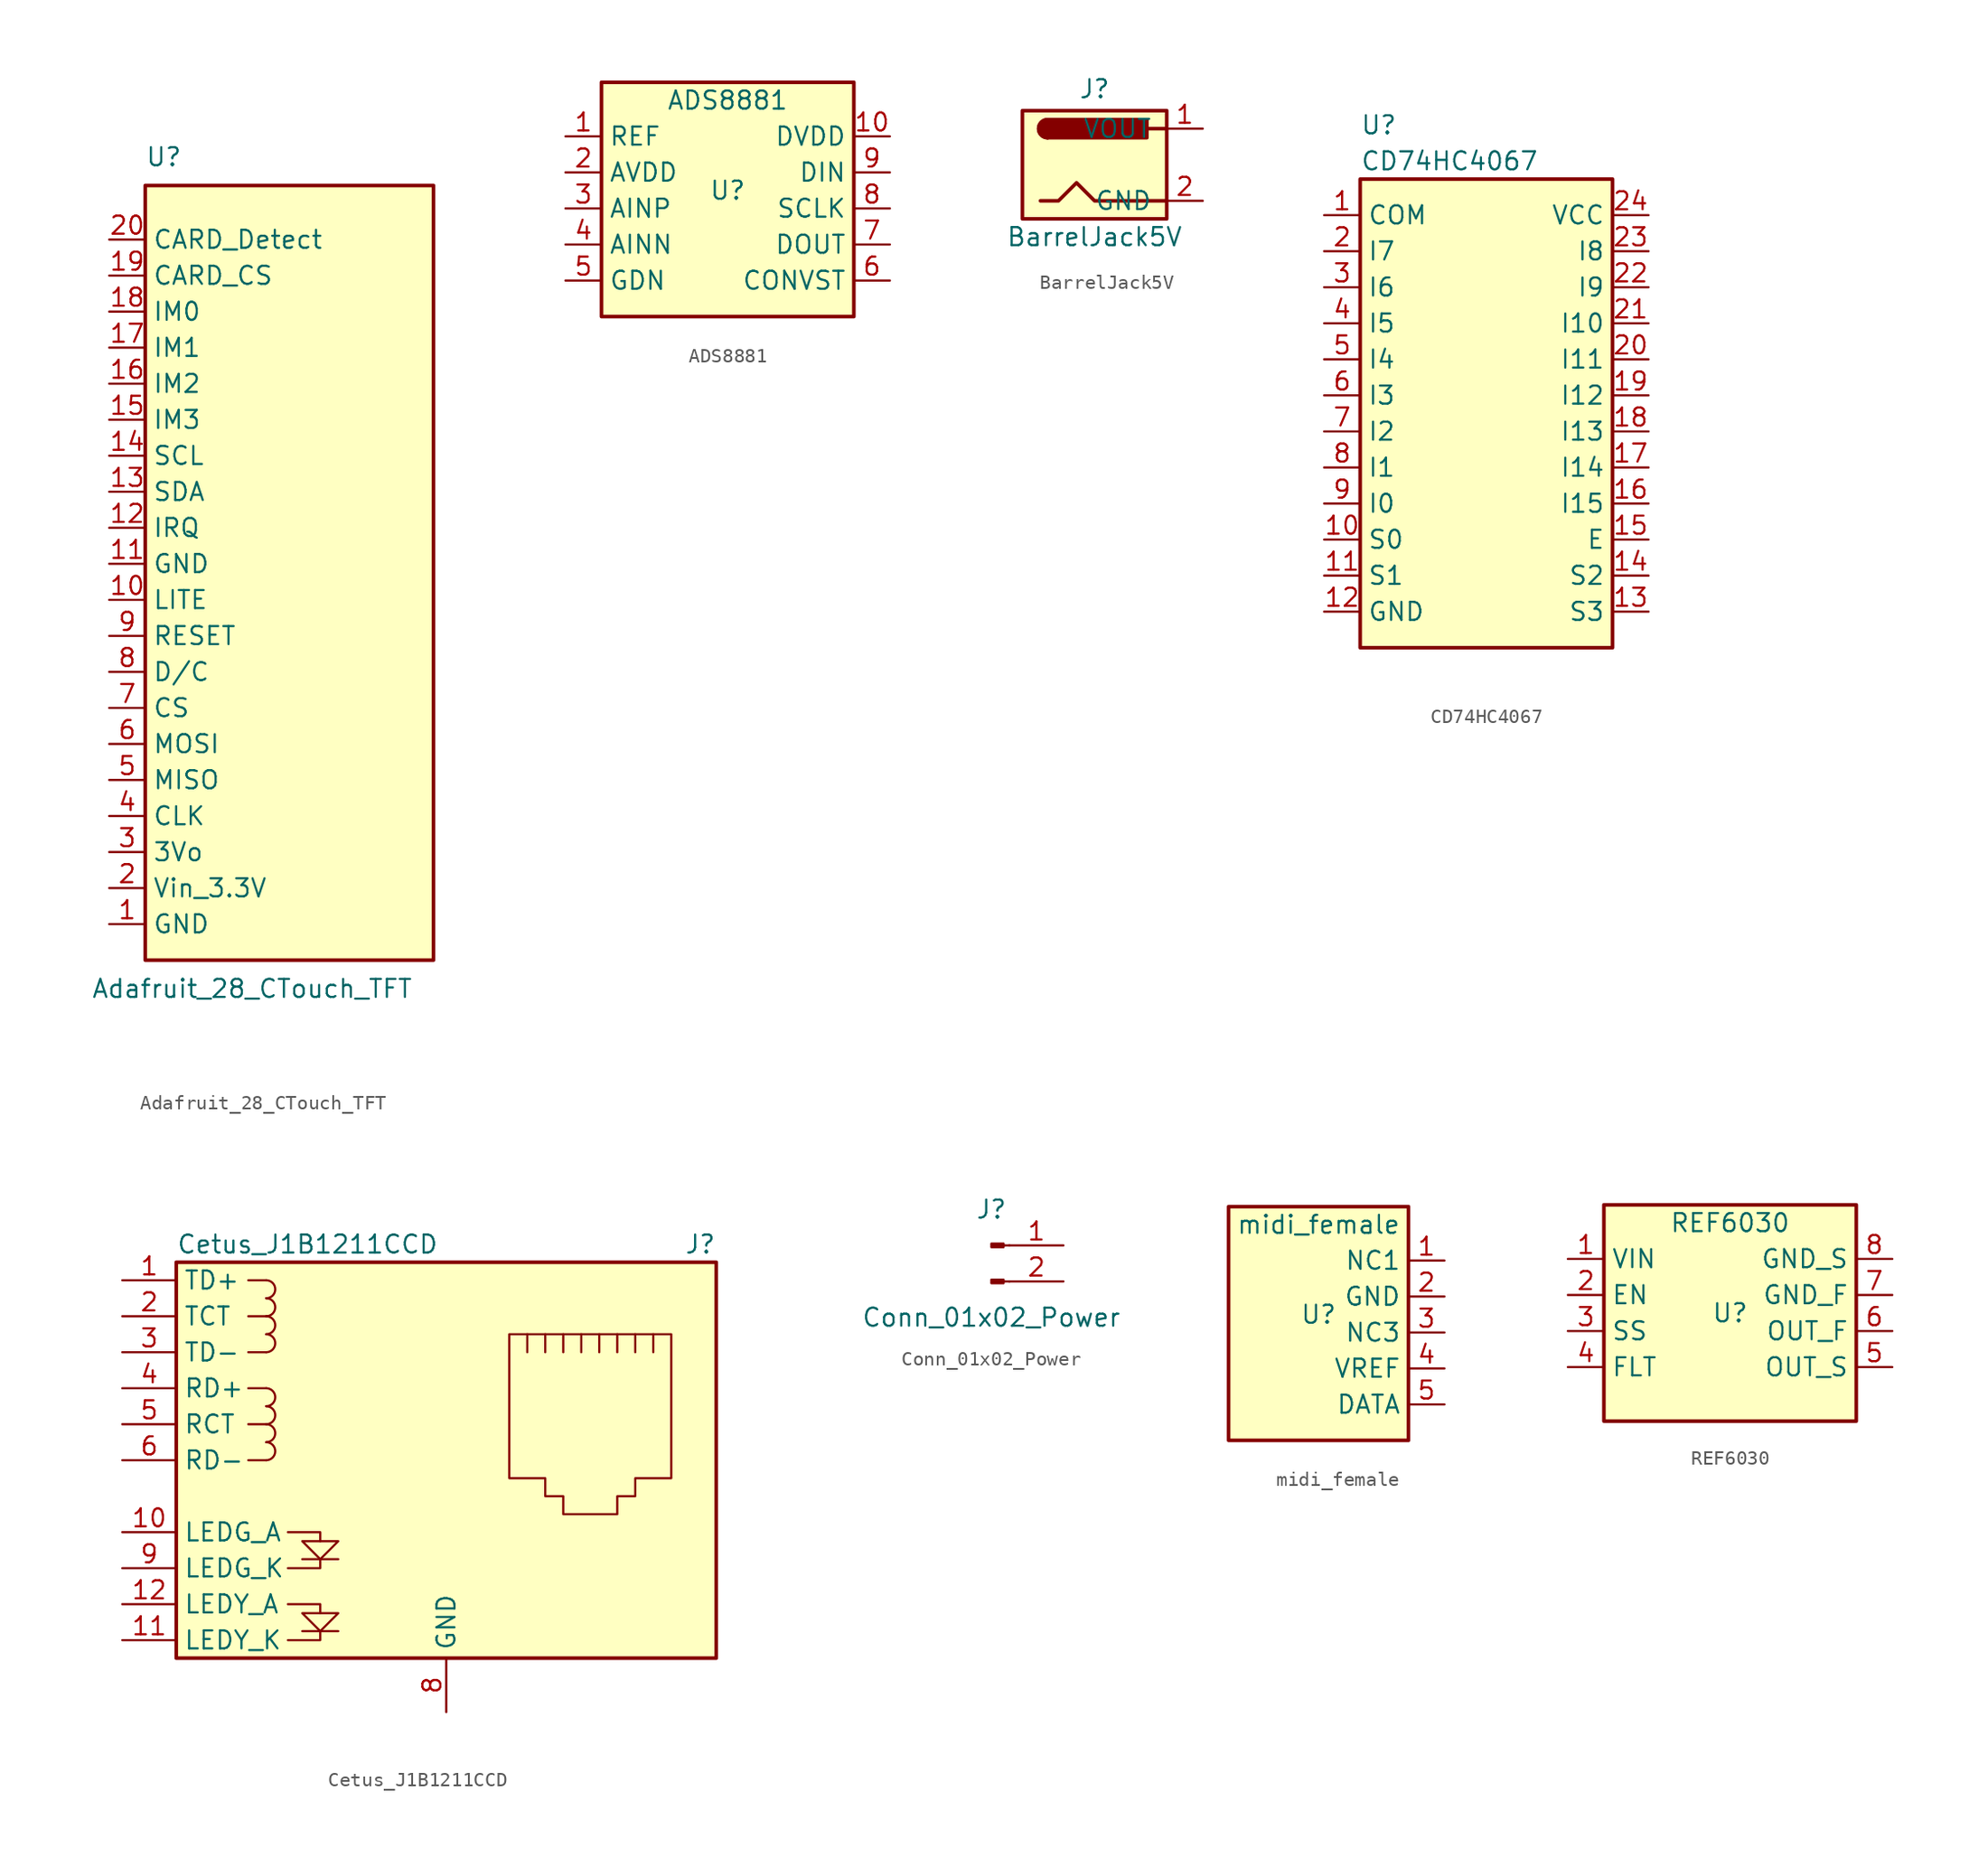
<source format=kicad_sym>
(kicad_symbol_lib
  (version 20220914)
  (generator kicad_symbol_editor)
  (symbol "Adafruit_28_CTouch_TFT"
    (property "Reference" "U"
      (at -10.16 29.21 0)
      (effects (font (size 1.27 1.27)) (justify left bottom)))
    (property "Value" "Adafruit_28_CTouch_TFT"
      (at -13.97 -27.94 0)
      (effects (font (size 1.27 1.27)) (justify left top)))
    (symbol "Adafruit_28_CTouch_TFT_0_1"
      (rectangle (start -10.16 27.94) (end 10.16 -26.67) (stroke (width 0.254) (type default)) (fill (type background))))
    (symbol "Adafruit_28_CTouch_TFT_1_1"
      (pin power_in line (at -12.7 -24.13 0) (length 2.54) (name "GND" (effects (font (size 1.27 1.27)))) (number "1" (effects (font (size 1.27 1.27)))))
      (pin input line (at -12.7 -1.27 0) (length 2.54) (name "LITE" (effects (font (size 1.27 1.27)))) (number "10" (effects (font (size 1.27 1.27)))))
      (pin power_in line (at -12.7 1.27 0) (length 2.54) (name "GND" (effects (font (size 1.27 1.27)))) (number "11" (effects (font (size 1.27 1.27)))))
      (pin output line (at -12.7 3.81 0) (length 2.54) (name "IRQ" (effects (font (size 1.27 1.27)))) (number "12" (effects (font (size 1.27 1.27)))))
      (pin input line (at -12.7 6.35 0) (length 2.54) (name "SDA" (effects (font (size 1.27 1.27)))) (number "13" (effects (font (size 1.27 1.27)))))
      (pin input line (at -12.7 8.89 0) (length 2.54) (name "SCL" (effects (font (size 1.27 1.27)))) (number "14" (effects (font (size 1.27 1.27)))))
      (pin input line (at -12.7 11.43 0) (length 2.54) (name "IM3" (effects (font (size 1.27 1.27)))) (number "15" (effects (font (size 1.27 1.27)))))
      (pin input line (at -12.7 13.97 0) (length 2.54) (name "IM2" (effects (font (size 1.27 1.27)))) (number "16" (effects (font (size 1.27 1.27)))))
      (pin input line (at -12.7 16.51 0) (length 2.54) (name "IM1" (effects (font (size 1.27 1.27)))) (number "17" (effects (font (size 1.27 1.27)))))
      (pin input line (at -12.7 19.05 0) (length 2.54) (name "IM0" (effects (font (size 1.27 1.27)))) (number "18" (effects (font (size 1.27 1.27)))))
      (pin input line (at -12.7 21.59 0) (length 2.54) (name "CARD_CS" (effects (font (size 1.27 1.27)))) (number "19" (effects (font (size 1.27 1.27)))))
      (pin power_in line (at -12.7 -21.59 0) (length 2.54) (name "Vin_3.3V" (effects (font (size 1.27 1.27)))) (number "2" (effects (font (size 1.27 1.27)))))
      (pin input line (at -12.7 24.13 0) (length 2.54) (name "CARD_Detect" (effects (font (size 1.27 1.27)))) (number "20" (effects (font (size 1.27 1.27)))))
      (pin power_out line (at -12.7 -19.05 0) (length 2.54) (name "3Vo" (effects (font (size 1.27 1.27)))) (number "3" (effects (font (size 1.27 1.27)))))
      (pin input line (at -12.7 -16.51 0) (length 2.54) (name "CLK" (effects (font (size 1.27 1.27)))) (number "4" (effects (font (size 1.27 1.27)))))
      (pin output line (at -12.7 -13.97 0) (length 2.54) (name "MISO" (effects (font (size 1.27 1.27)))) (number "5" (effects (font (size 1.27 1.27)))))
      (pin input line (at -12.7 -11.43 0) (length 2.54) (name "MOSI" (effects (font (size 1.27 1.27)))) (number "6" (effects (font (size 1.27 1.27)))))
      (pin input line (at -12.7 -8.89 0) (length 2.54) (name "CS" (effects (font (size 1.27 1.27)))) (number "7" (effects (font (size 1.27 1.27)))))
      (pin input line (at -12.7 -6.35 0) (length 2.54) (name "D/C" (effects (font (size 1.27 1.27)))) (number "8" (effects (font (size 1.27 1.27)))))
      (pin input line (at -12.7 -3.81 0) (length 2.54) (name "RESET" (effects (font (size 1.27 1.27)))) (number "9" (effects (font (size 1.27 1.27)))))))
  (symbol "ADS8881"
    (property "Reference" "U"
      (at 0 1.27 0)
      (effects (font (size 1.27 1.27))))
    (property "Value" "ADS8881"
      (at 0 7.62 0)
      (effects (font (size 1.27 1.27))))
    (symbol "ADS8881_0_1"
      (rectangle (start -8.89 8.89) (end 8.89 -7.62) (stroke (width 0.254) (type default)) (fill (type background))))
    (symbol "ADS8881_1_1"
      (pin input line (at -11.43 5.08 0) (length 2.54) (name "REF" (effects (font (size 1.27 1.27)))) (number "1" (effects (font (size 1.27 1.27)))))
      (pin power_in line (at 11.43 5.08 180) (length 2.54) (name "DVDD" (effects (font (size 1.27 1.27)))) (number "10" (effects (font (size 1.27 1.27)))))
      (pin power_in line (at -11.43 2.54 0) (length 2.54) (name "AVDD" (effects (font (size 1.27 1.27)))) (number "2" (effects (font (size 1.27 1.27)))))
      (pin input line (at -11.43 0 0) (length 2.54) (name "AINP" (effects (font (size 1.27 1.27)))) (number "3" (effects (font (size 1.27 1.27)))))
      (pin input line (at -11.43 -2.54 0) (length 2.54) (name "AINN" (effects (font (size 1.27 1.27)))) (number "4" (effects (font (size 1.27 1.27)))))
      (pin power_in line (at -11.43 -5.08 0) (length 2.54) (name "GDN" (effects (font (size 1.27 1.27)))) (number "5" (effects (font (size 1.27 1.27)))))
      (pin input line (at 11.43 -5.08 180) (length 2.54) (name "CONVST" (effects (font (size 1.27 1.27)))) (number "6" (effects (font (size 1.27 1.27)))))
      (pin output line (at 11.43 -2.54 180) (length 2.54) (name "DOUT" (effects (font (size 1.27 1.27)))) (number "7" (effects (font (size 1.27 1.27)))))
      (pin input line (at 11.43 0 180) (length 2.54) (name "SCLK" (effects (font (size 1.27 1.27)))) (number "8" (effects (font (size 1.27 1.27)))))
      (pin input line (at 11.43 2.54 180) (length 2.54) (name "DIN" (effects (font (size 1.27 1.27)))) (number "9" (effects (font (size 1.27 1.27)))))))
  (symbol "BarrelJack5V"
    (pin_names
      (offset 1.016))
    (property "Reference" "J"
      (at 0 5.334 0)
      (effects (font (size 1.27 1.27))))
    (property "Value" "BarrelJack5V"
      (at 0 -5.08 0)
      (effects (font (size 1.27 1.27))))
    (symbol "BarrelJack5V_0_1"
      (rectangle (start -5.08 3.81) (end 5.08 -3.81) (stroke (width 0.254) (type default)) (fill (type background)))
      (arc (start -3.302 3.175) (mid -3.9343 2.54) (end -3.302 1.905) (stroke (width 0.254) (type default)) (fill (type none)))
      (arc (start -3.302 3.175) (mid -3.9343 2.54) (end -3.302 1.905) (stroke (width 0.254) (type default)) (fill (type outline)))
      (polyline (pts (xy 5.08 2.54) (xy 3.81 2.54)) (stroke (width 0.254) (type default)) (fill (type none)))
      (polyline (pts (xy -3.81 -2.54) (xy -2.54 -2.54) (xy -1.27 -1.27) (xy 0 -2.54) (xy 2.54 -2.54) (xy 5.08 -2.54)) (stroke (width 0.254) (type default)) (fill (type none)))
      (rectangle (start 3.683 3.175) (end -3.302 1.905) (stroke (width 0.254) (type default)) (fill (type outline))))
    (symbol "BarrelJack5V_1_1"
      (pin output line (at 7.62 2.54 180) (length 2.54) (name "VOUT" (effects (font (size 1.27 1.27)))) (number "1" (effects (font (size 1.27 1.27)))))
      (pin passive line (at 7.62 -2.54 180) (length 2.54) (name "GND" (effects (font (size 1.27 1.27)))) (number "2" (effects (font (size 1.27 1.27)))))))
  (symbol "CD74HC4067"
    (property "Reference" "U"
      (at -8.89 20.32 0)
      (effects (font (size 1.27 1.27)) (justify left)))
    (property "Value" "CD74HC4067"
      (at -8.89 17.78 0)
      (effects (font (size 1.27 1.27)) (justify left)))
    (symbol "CD74HC4067_0_1"
      (rectangle (start -8.89 16.51) (end 8.89 -16.51) (stroke (width 0.254) (type default)) (fill (type background))))
    (symbol "CD74HC4067_1_1"
      (pin output line (at -11.43 13.97 0) (length 2.54) (name "COM" (effects (font (size 1.27 1.27)))) (number "1" (effects (font (size 1.27 1.27)))))
      (pin input line (at -11.43 -8.89 0) (length 2.54) (name "S0" (effects (font (size 1.27 1.27)))) (number "10" (effects (font (size 1.27 1.27)))))
      (pin input line (at -11.43 -11.43 0) (length 2.54) (name "S1" (effects (font (size 1.27 1.27)))) (number "11" (effects (font (size 1.27 1.27)))))
      (pin power_in line (at -11.43 -13.97 0) (length 2.54) (name "GND" (effects (font (size 1.27 1.27)))) (number "12" (effects (font (size 1.27 1.27)))))
      (pin input line (at 11.43 -13.97 180) (length 2.54) (name "S3" (effects (font (size 1.27 1.27)))) (number "13" (effects (font (size 1.27 1.27)))))
      (pin input line (at 11.43 -11.43 180) (length 2.54) (name "S2" (effects (font (size 1.27 1.27)))) (number "14" (effects (font (size 1.27 1.27)))))
      (pin input line (at 11.43 -8.89 180) (length 2.54) (name "E" (effects (font (size 1.27 1.27)))) (number "15" (effects (font (size 1.27 1.27)))))
      (pin input line (at 11.43 -6.35 180) (length 2.54) (name "I15" (effects (font (size 1.27 1.27)))) (number "16" (effects (font (size 1.27 1.27)))))
      (pin input line (at 11.43 -3.81 180) (length 2.54) (name "I14" (effects (font (size 1.27 1.27)))) (number "17" (effects (font (size 1.27 1.27)))))
      (pin input line (at 11.43 -1.27 180) (length 2.54) (name "I13" (effects (font (size 1.27 1.27)))) (number "18" (effects (font (size 1.27 1.27)))))
      (pin input line (at 11.43 1.27 180) (length 2.54) (name "I12" (effects (font (size 1.27 1.27)))) (number "19" (effects (font (size 1.27 1.27)))))
      (pin input line (at -11.43 11.43 0) (length 2.54) (name "I7" (effects (font (size 1.27 1.27)))) (number "2" (effects (font (size 1.27 1.27)))))
      (pin input line (at 11.43 3.81 180) (length 2.54) (name "I11" (effects (font (size 1.27 1.27)))) (number "20" (effects (font (size 1.27 1.27)))))
      (pin input line (at 11.43 6.35 180) (length 2.54) (name "I10" (effects (font (size 1.27 1.27)))) (number "21" (effects (font (size 1.27 1.27)))))
      (pin input line (at 11.43 8.89 180) (length 2.54) (name "I9" (effects (font (size 1.27 1.27)))) (number "22" (effects (font (size 1.27 1.27)))))
      (pin input line (at 11.43 11.43 180) (length 2.54) (name "I8" (effects (font (size 1.27 1.27)))) (number "23" (effects (font (size 1.27 1.27)))))
      (pin power_in line (at 11.43 13.97 180) (length 2.54) (name "VCC" (effects (font (size 1.27 1.27)))) (number "24" (effects (font (size 1.27 1.27)))))
      (pin input line (at -11.43 8.89 0) (length 2.54) (name "I6" (effects (font (size 1.27 1.27)))) (number "3" (effects (font (size 1.27 1.27)))))
      (pin input line (at -11.43 6.35 0) (length 2.54) (name "I5" (effects (font (size 1.27 1.27)))) (number "4" (effects (font (size 1.27 1.27)))))
      (pin input line (at -11.43 3.81 0) (length 2.54) (name "I4" (effects (font (size 1.27 1.27)))) (number "5" (effects (font (size 1.27 1.27)))))
      (pin input line (at -11.43 1.27 0) (length 2.54) (name "I3" (effects (font (size 1.27 1.27)))) (number "6" (effects (font (size 1.27 1.27)))))
      (pin input line (at -11.43 -1.27 0) (length 2.54) (name "I2" (effects (font (size 1.27 1.27)))) (number "7" (effects (font (size 1.27 1.27)))))
      (pin input line (at -11.43 -3.81 0) (length 2.54) (name "I1" (effects (font (size 1.27 1.27)))) (number "8" (effects (font (size 1.27 1.27)))))
      (pin input line (at -11.43 -6.35 0) (length 2.54) (name "I0" (effects (font (size 1.27 1.27)))) (number "9" (effects (font (size 1.27 1.27)))))))
  (symbol "Cetus_J1B1211CCD"
    (property "Reference" "J"
      (at 19.05 15.24 0)
      (effects (font (size 1.27 1.27)) (justify right)))
    (property "Value" "Cetus_J1B1211CCD"
      (at -19.05 15.24 0)
      (effects (font (size 1.27 1.27)) (justify left)))
    (symbol "Cetus_J1B1211CCD_0_0"
      (polyline (pts (xy -7.62 -12.065) (xy -10.16 -12.065)) (stroke (width 0) (type default)) (fill (type none)))
      (polyline (pts (xy -7.62 -6.985) (xy -10.16 -6.985)) (stroke (width 0) (type default)) (fill (type none)))
      (polyline (pts (xy -11.176 -12.7) (xy -8.89 -12.7) (xy -8.89 -12.065)) (stroke (width 0) (type default)) (fill (type none)))
      (polyline (pts (xy -11.176 -10.16) (xy -8.89 -10.16) (xy -8.89 -10.795)) (stroke (width 0) (type default)) (fill (type none)))
      (polyline (pts (xy -11.176 -5.08) (xy -8.89 -5.08) (xy -8.89 -5.715)) (stroke (width 0) (type default)) (fill (type none)))
      (polyline (pts (xy -8.89 -6.985) (xy -8.89 -7.62) (xy -11.176 -7.62)) (stroke (width 0) (type default)) (fill (type none)))
      (polyline (pts (xy -10.16 -5.715) (xy -7.62 -5.715) (xy -8.89 -6.985) (xy -10.16 -5.715)) (stroke (width 0) (type default)) (fill (type none)))
      (polyline (pts (xy -7.62 -10.795) (xy -10.16 -10.795) (xy -8.89 -12.065) (xy -7.62 -10.795)) (stroke (width 0) (type default)) (fill (type none))))
    (symbol "Cetus_J1B1211CCD_0_1"
      (rectangle (start -19.05 -13.97) (end 19.05 13.97) (stroke (width 0.254) (type default)) (fill (type background)))
      (arc (start -12.7 0) (mid -12.0677 0.635) (end -12.7 1.27) (stroke (width 0) (type default)) (fill (type none)))
      (arc (start -12.7 1.27) (mid -12.0677 1.905) (end -12.7 2.54) (stroke (width 0) (type default)) (fill (type none)))
      (arc (start -12.7 2.54) (mid -12.0677 3.175) (end -12.7 3.81) (stroke (width 0) (type default)) (fill (type none)))
      (arc (start -12.7 3.81) (mid -12.0677 4.445) (end -12.7 5.08) (stroke (width 0) (type default)) (fill (type none)))
      (arc (start -12.7 7.62) (mid -12.0677 8.255) (end -12.7 8.89) (stroke (width 0) (type default)) (fill (type none)))
      (arc (start -12.7 8.89) (mid -12.0677 9.525) (end -12.7 10.16) (stroke (width 0) (type default)) (fill (type none)))
      (arc (start -12.7 10.16) (mid -12.0677 10.795) (end -12.7 11.43) (stroke (width 0) (type default)) (fill (type none)))
      (arc (start -12.7 11.43) (mid -12.0677 12.065) (end -12.7 12.7) (stroke (width 0) (type default)) (fill (type none)))
      (polyline (pts (xy -12.7 0) (xy -13.97 0)) (stroke (width 0) (type default)) (fill (type none)))
      (polyline (pts (xy -12.7 2.54) (xy -13.97 2.54)) (stroke (width 0) (type default)) (fill (type none)))
      (polyline (pts (xy -12.7 5.08) (xy -13.97 5.08)) (stroke (width 0) (type default)) (fill (type none)))
      (polyline (pts (xy -12.7 7.62) (xy -13.97 7.62)) (stroke (width 0) (type default)) (fill (type none)))
      (polyline (pts (xy -12.7 10.16) (xy -13.97 10.16)) (stroke (width 0) (type default)) (fill (type none)))
      (polyline (pts (xy -12.7 12.7) (xy -13.97 12.7)) (stroke (width 0) (type default)) (fill (type none)))
      (polyline (pts (xy 5.715 7.62) (xy 5.715 8.89)) (stroke (width 0) (type default)) (fill (type none)))
      (polyline (pts (xy 6.985 8.89) (xy 6.985 7.62)) (stroke (width 0) (type default)) (fill (type none)))
      (polyline (pts (xy 8.255 8.89) (xy 8.255 7.62)) (stroke (width 0) (type default)) (fill (type none)))
      (polyline (pts (xy 9.525 8.89) (xy 9.525 7.62)) (stroke (width 0) (type default)) (fill (type none)))
      (polyline (pts (xy 10.795 8.89) (xy 10.795 7.62)) (stroke (width 0) (type default)) (fill (type none)))
      (polyline (pts (xy 12.065 8.89) (xy 12.065 7.62)) (stroke (width 0) (type default)) (fill (type none)))
      (polyline (pts (xy 13.335 7.62) (xy 13.335 8.89)) (stroke (width 0) (type default)) (fill (type none)))
      (polyline (pts (xy 14.605 7.62) (xy 14.605 8.89)) (stroke (width 0) (type default)) (fill (type none)))
      (polyline (pts (xy 4.445 8.89) (xy 15.875 8.89) (xy 15.875 -1.27) (xy 13.335 -1.27) (xy 13.335 -2.54) (xy 12.065 -2.54) (xy 12.065 -3.81) (xy 8.255 -3.81) (xy 8.255 -2.54) (xy 6.985 -2.54) (xy 6.985 -1.27) (xy 4.445 -1.27) (xy 4.445 8.89)) (stroke (width 0) (type default)) (fill (type none))))
    (symbol "Cetus_J1B1211CCD_1_1"
      (pin passive line (at -22.86 12.7 0) (length 3.81) (name "TD+" (effects (font (size 1.27 1.27)))) (number "1" (effects (font (size 1.27 1.27)))))
      (pin passive line (at -22.86 -5.08 0) (length 3.81) (name "LEDG_A" (effects (font (size 1.27 1.27)))) (number "10" (effects (font (size 1.27 1.27)))))
      (pin passive line (at -22.86 -12.7 0) (length 3.81) (name "LEDY_K" (effects (font (size 1.27 1.27)))) (number "11" (effects (font (size 1.27 1.27)))))
      (pin passive line (at -22.86 -10.16 0) (length 3.81) (name "LEDY_A" (effects (font (size 1.27 1.27)))) (number "12" (effects (font (size 1.27 1.27)))))
      (pin passive line (at -22.86 10.16 0) (length 3.81) (name "TCT" (effects (font (size 1.27 1.27)))) (number "2" (effects (font (size 1.27 1.27)))))
      (pin passive line (at -22.86 7.62 0) (length 3.81) (name "TD-" (effects (font (size 1.27 1.27)))) (number "3" (effects (font (size 1.27 1.27)))))
      (pin passive line (at -22.86 5.08 0) (length 3.81) (name "RD+" (effects (font (size 1.27 1.27)))) (number "4" (effects (font (size 1.27 1.27)))))
      (pin passive line (at -22.86 2.54 0) (length 3.81) (name "RCT" (effects (font (size 1.27 1.27)))) (number "5" (effects (font (size 1.27 1.27)))))
      (pin passive line (at -22.86 0 0) (length 3.81) (name "RD-" (effects (font (size 1.27 1.27)))) (number "6" (effects (font (size 1.27 1.27)))))
      (pin power_in line (at 0 -17.78 90) (length 3.81) (name "GND" (effects (font (size 1.27 1.27)))) (number "8" (effects (font (size 1.27 1.27)))))
      (pin passive line (at -22.86 -7.62 0) (length 3.81) (name "LEDG_K" (effects (font (size 1.27 1.27)))) (number "9" (effects (font (size 1.27 1.27)))))))
  (symbol "Conn_01x02_Power"
    (pin_names
      (offset 1.016) hide)
    (property "Reference" "J"
      (at 0 2.54 0)
      (effects (font (size 1.27 1.27))))
    (property "Value" "Conn_01x02_Power"
      (at 0 -5.08 0)
      (effects (font (size 1.27 1.27))))
    (symbol "Conn_01x02_Power_1_1"
      (polyline (pts (xy 1.27 -2.54) (xy 0.864 -2.54)) (stroke (width 0.152) (type default)) (fill (type none)))
      (polyline (pts (xy 1.27 0) (xy 0.864 0)) (stroke (width 0.152) (type default)) (fill (type none)))
      (rectangle (start 0.864 -2.413) (end 0 -2.667) (stroke (width 0.152) (type default)) (fill (type outline)))
      (rectangle (start 0.864 0.127) (end 0 -0.127) (stroke (width 0.152) (type default)) (fill (type outline)))
      (pin passive line (at 5.08 0 180) (length 3.81) (name "Pin_1" (effects (font (size 1.27 1.27)))) (number "1" (effects (font (size 1.27 1.27)))))
      (pin power_out line (at 5.08 -2.54 180) (length 3.81) (name "Pin_2" (effects (font (size 1.27 1.27)))) (number "2" (effects (font (size 1.27 1.27)))))))
  (symbol "midi_female"
    (property "Reference" "U"
      (at 0 0 0)
      (effects (font (size 1.27 1.27))))
    (property "Value" "midi_female"
      (at 0 6.35 0)
      (effects (font (size 1.27 1.27))))
    (symbol "midi_female_0_1"
      (rectangle (start -6.35 7.62) (end 6.35 -8.89) (stroke (width 0.254) (type default)) (fill (type background))))
    (symbol "midi_female_1_1"
      (pin output line (at 8.89 3.81 180) (length 2.54) (name "NC1" (effects (font (size 1.27 1.27)))) (number "1" (effects (font (size 1.27 1.27)))))
      (pin passive line (at 8.89 1.27 180) (length 2.54) (name "GND" (effects (font (size 1.27 1.27)))) (number "2" (effects (font (size 1.27 1.27)))))
      (pin output line (at 8.89 -1.27 180) (length 2.54) (name "NC3" (effects (font (size 1.27 1.27)))) (number "3" (effects (font (size 1.27 1.27)))))
      (pin passive line (at 8.89 -3.81 180) (length 2.54) (name "VREF" (effects (font (size 1.27 1.27)))) (number "4" (effects (font (size 1.27 1.27)))))
      (pin output line (at 8.89 -6.35 180) (length 2.54) (name "DATA" (effects (font (size 1.27 1.27)))) (number "5" (effects (font (size 1.27 1.27)))))))
  (symbol "REF6030"
    (property "Reference" "U"
      (at 0 0 0)
      (effects (font (size 1.27 1.27))))
    (property "Value" "REF6030"
      (at 0 6.35 0)
      (effects (font (size 1.27 1.27))))
    (symbol "REF6030_0_1"
      (rectangle (start -8.89 7.62) (end 8.89 -7.62) (stroke (width 0.254) (type default)) (fill (type background))))
    (symbol "REF6030_1_1"
      (pin power_in line (at -11.43 3.81 0) (length 2.54) (name "VIN" (effects (font (size 1.27 1.27)))) (number "1" (effects (font (size 1.27 1.27)))))
      (pin input line (at -11.43 1.27 0) (length 2.54) (name "EN" (effects (font (size 1.27 1.27)))) (number "2" (effects (font (size 1.27 1.27)))))
      (pin input line (at -11.43 -1.27 0) (length 2.54) (name "SS" (effects (font (size 1.27 1.27)))) (number "3" (effects (font (size 1.27 1.27)))))
      (pin input line (at -11.43 -3.81 0) (length 2.54) (name "FLT" (effects (font (size 1.27 1.27)))) (number "4" (effects (font (size 1.27 1.27)))))
      (pin input line (at 11.43 -3.81 180) (length 2.54) (name "OUT_S" (effects (font (size 1.27 1.27)))) (number "5" (effects (font (size 1.27 1.27)))))
      (pin output line (at 11.43 -1.27 180) (length 2.54) (name "OUT_F" (effects (font (size 1.27 1.27)))) (number "6" (effects (font (size 1.27 1.27)))))
      (pin power_in line (at 11.43 1.27 180) (length 2.54) (name "GND_F" (effects (font (size 1.27 1.27)))) (number "7" (effects (font (size 1.27 1.27)))))
      (pin power_in line (at 11.43 3.81 180) (length 2.54) (name "GND_S" (effects (font (size 1.27 1.27)))) (number "8" (effects (font (size 1.27 1.27))))))))
</source>
